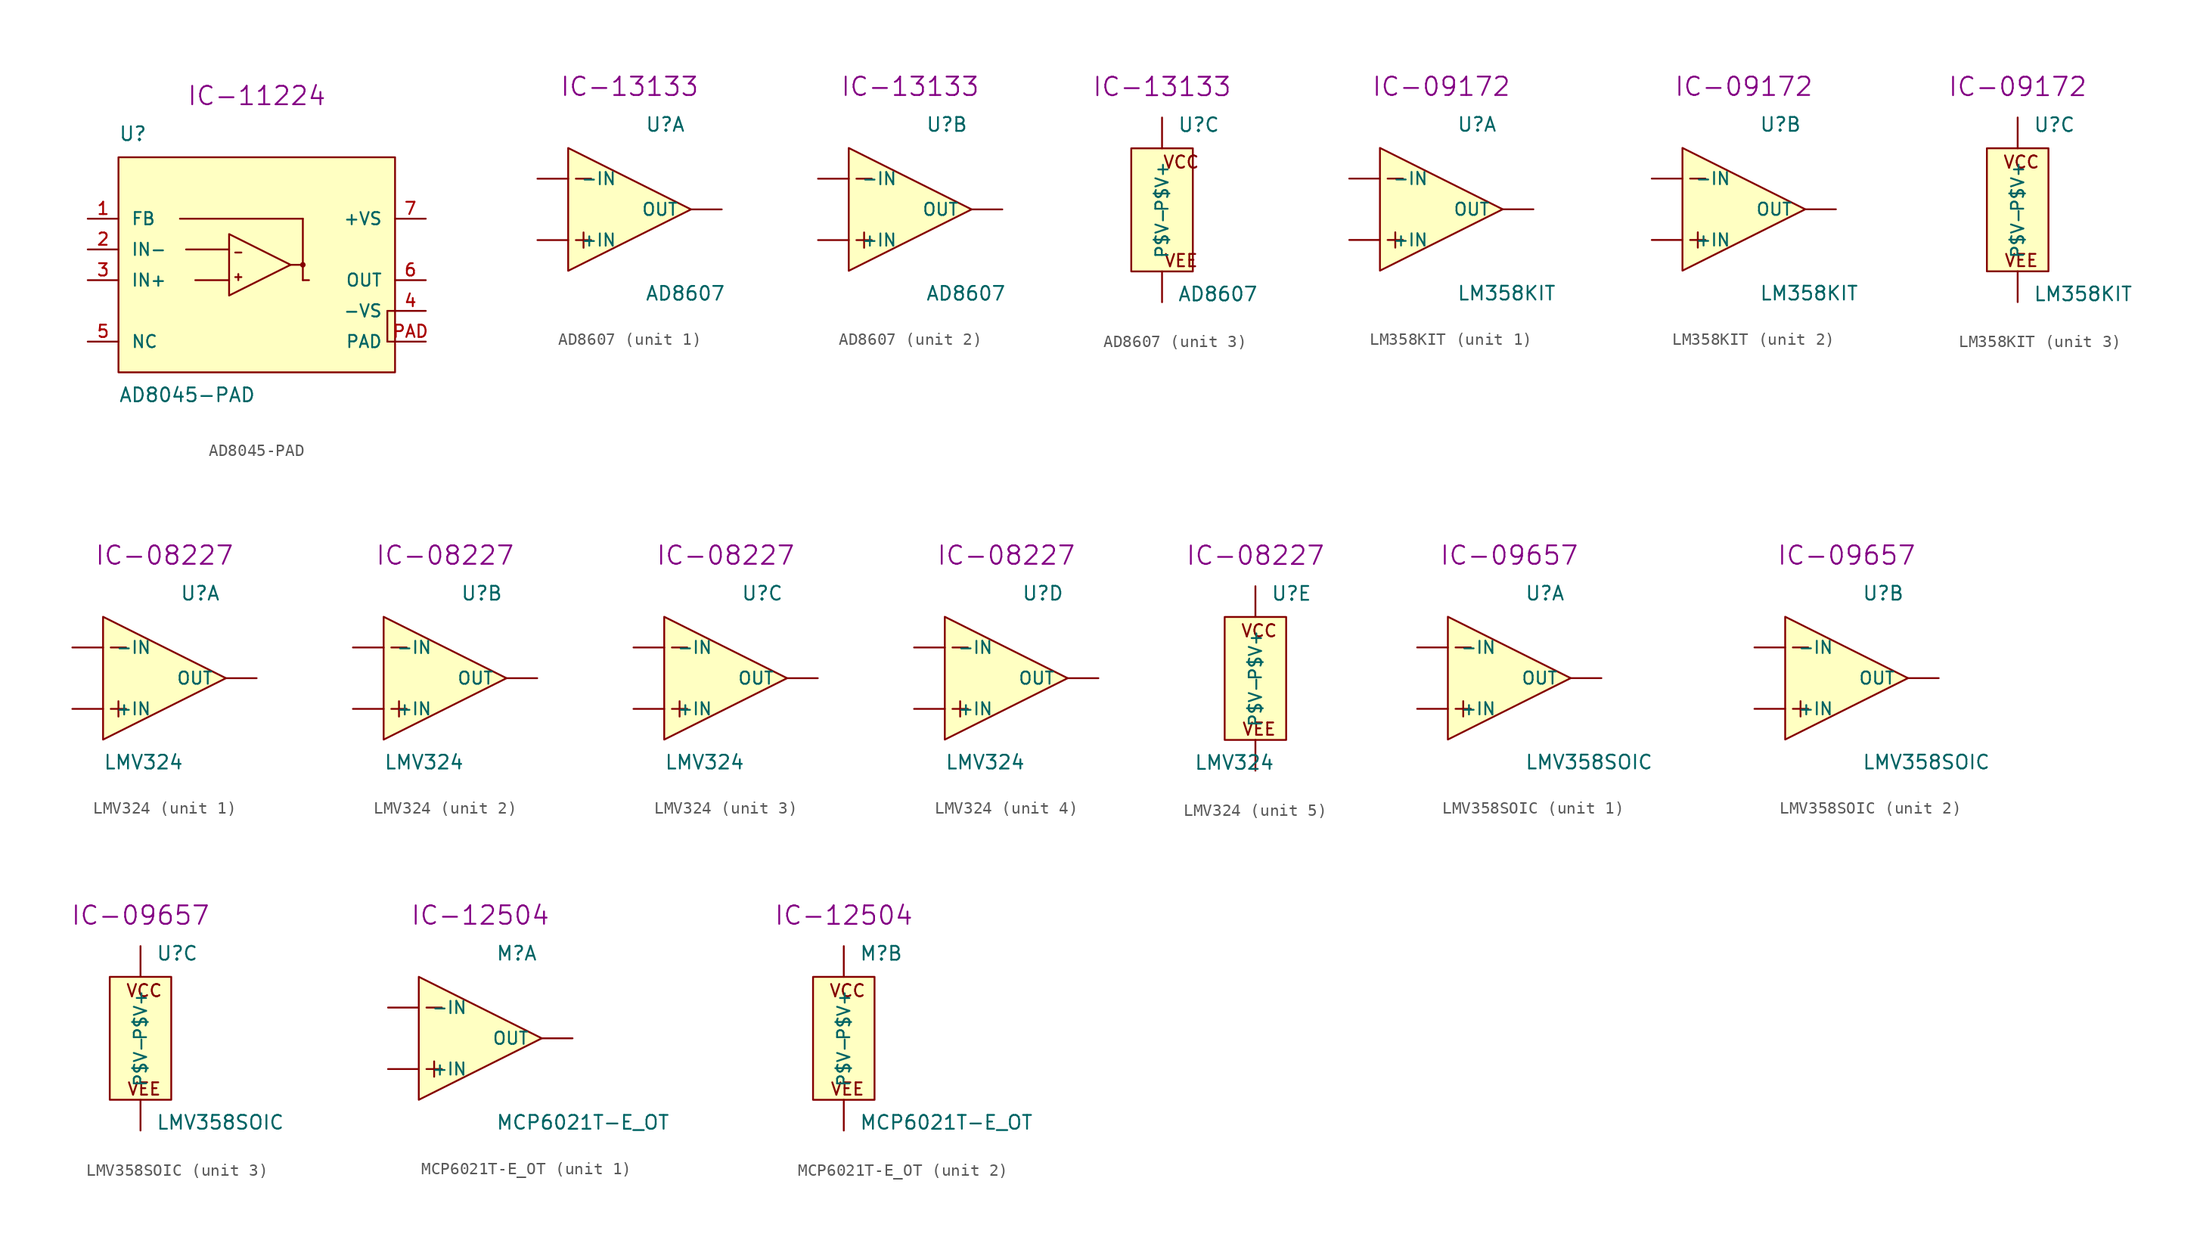
<source format=kicad_sym>
(kicad_symbol_lib
  (version 20201005)
  (generator kicad_symbol_editor)
  (symbol "AD8045-PAD"
    (pin_names
      (offset 1.016))
    (property "Reference" "U"
      (at -11.43 11.43 0)
      (effects (font (size 1.143 1.143)) (justify left bottom)))
    (property "Value" "AD8045-PAD"
      (at -11.43 -10.16 0)
      (effects (font (size 1.143 1.143)) (justify left bottom)))
    (property "Field4" "IC-11224"
      (at 0 15.24 0)
      (effects (font (size 1.524 1.524))))
    (property "ki_locked" ""
      (at 0 0 0)
      (effects (font (size 1.27 1.27))))
    (symbol "AD8045-PAD_1_0"
      (polyline (pts (xy -6.35 5.08) (xy 3.81 5.08)) (stroke (width 0)) (fill (type none)))
      (polyline (pts (xy -5.842 2.54) (xy -2.286 2.54)) (stroke (width 0)) (fill (type none)))
      (polyline (pts (xy -5.08 0) (xy -2.286 0)) (stroke (width 0)) (fill (type none)))
      (polyline (pts (xy -1.778 0.254) (xy -1.524 0.254)) (stroke (width 0)) (fill (type none)))
      (polyline (pts (xy -1.778 2.286) (xy -1.27 2.286)) (stroke (width 0)) (fill (type none)))
      (polyline (pts (xy -1.524 0.254) (xy -1.524 0)) (stroke (width 0)) (fill (type none)))
      (polyline (pts (xy -1.524 0.254) (xy -1.524 0.508)) (stroke (width 0)) (fill (type none)))
      (polyline (pts (xy -1.27 0.254) (xy -1.524 0.254)) (stroke (width 0)) (fill (type none)))
      (polyline (pts (xy 2.794 1.27) (xy 3.81 1.27)) (stroke (width 0)) (fill (type none)))
      (polyline (pts (xy 3.81 0) (xy 4.318 0)) (stroke (width 0)) (fill (type none)))
      (polyline (pts (xy 3.81 1.27) (xy 3.81 0)) (stroke (width 0)) (fill (type none)))
      (polyline (pts (xy 3.81 5.08) (xy 3.81 1.27)) (stroke (width 0)) (fill (type none)))
      (polyline (pts (xy 10.795 -5.08) (xy 11.43 -5.08)) (stroke (width 0)) (fill (type none)))
      (polyline (pts (xy 10.795 -2.54) (xy 10.795 -5.08)) (stroke (width 0)) (fill (type none)))
      (polyline (pts (xy 11.43 -2.54) (xy 10.795 -2.54)) (stroke (width 0)) (fill (type none))))
    (symbol "AD8045-PAD_1_1"
      (circle (center 3.81 1.27) (radius 0.152) (stroke (width 0)) (fill (type outline)))
      (polyline (pts (xy -2.286 3.81) (xy -2.286 2.54) (xy -2.286 0) (xy -2.286 -1.27) (xy 2.794 1.27) (xy -2.286 3.81)) (stroke (width 0)) (fill (type background)))
      (polyline (pts (xy -11.43 10.16) (xy -11.43 -7.62) (xy 11.43 -7.62) (xy 11.43 -5.08) (xy 11.43 -2.54) (xy 11.43 10.16) (xy -11.43 10.16)) (stroke (width 0)) (fill (type background)))
      (pin bidirectional line (at -13.97 5.08 0) (length 2.54) (name "FB" (effects (font (size 1.016 1.016)))) (number "1" (effects (font (size 1.016 1.016)))))
      (pin bidirectional line (at -13.97 2.54 0) (length 2.54) (name "IN-" (effects (font (size 1.016 1.016)))) (number "2" (effects (font (size 1.016 1.016)))))
      (pin bidirectional line (at -13.97 0 0) (length 2.54) (name "IN+" (effects (font (size 1.016 1.016)))) (number "3" (effects (font (size 1.016 1.016)))))
      (pin power_in line (at 13.97 -2.54 180) (length 2.54) (name "-VS" (effects (font (size 1.016 1.016)))) (number "4" (effects (font (size 1.016 1.016)))))
      (pin unspecified line (at -13.97 -5.08 0) (length 2.54) (name "NC" (effects (font (size 1.016 1.016)))) (number "5" (effects (font (size 1.016 1.016)))))
      (pin bidirectional line (at 13.97 0 180) (length 2.54) (name "OUT" (effects (font (size 1.016 1.016)))) (number "6" (effects (font (size 1.016 1.016)))))
      (pin power_in line (at 13.97 5.08 180) (length 2.54) (name "+VS" (effects (font (size 1.016 1.016)))) (number "7" (effects (font (size 1.016 1.016)))))
      (pin unspecified line (at -13.97 -5.08 0) (length 2.54) hide (name "NC" (effects (font (size 1.016 1.016)))) (number "8" (effects (font (size 1.016 1.016)))))
      (pin power_in line (at 13.97 -5.08 180) (length 2.54) (name "PAD" (effects (font (size 1.016 1.016)))) (number "PAD" (effects (font (size 1.016 1.016)))))))
  (symbol "AD8607"
    (pin_numbers hide)
    (pin_names
      (offset 1.016))
    (property "Reference" "U"
      (at 1.27 6.35 0)
      (effects (font (size 1.143 1.143)) (justify left bottom)))
    (property "Value" "AD8607"
      (at 1.27 -7.62 0)
      (effects (font (size 1.143 1.143)) (justify left bottom)))
    (property "Field4" "IC-13133"
      (at 0 10.16 0)
      (effects (font (size 1.524 1.524))))
    (property "ki_locked" ""
      (at 0 0 0)
      (effects (font (size 1.27 1.27))))
    (symbol "AD8607_1_0"
      (polyline (pts (xy -4.445 -2.54) (xy -3.175 -2.54)) (stroke (width 0)) (fill (type none)))
      (polyline (pts (xy -4.445 2.54) (xy -3.175 2.54)) (stroke (width 0)) (fill (type none)))
      (polyline (pts (xy -3.81 -1.905) (xy -3.81 -3.175)) (stroke (width 0)) (fill (type none))))
    (symbol "AD8607_1_1"
      (polyline (pts (xy 5.08 0) (xy -5.08 5.08) (xy -5.08 -5.08) (xy 5.08 0)) (stroke (width 0)) (fill (type background)))
      (pin output line (at 7.62 0 180) (length 2.54) (name "OUT" (effects (font (size 1.016 1.016)))) (number "1" (effects (font (size 1.016 1.016)))))
      (pin input line (at -7.62 2.54 0) (length 2.54) (name "-IN" (effects (font (size 1.016 1.016)))) (number "2" (effects (font (size 1.016 1.016)))))
      (pin input line (at -7.62 -2.54 0) (length 2.54) (name "+IN" (effects (font (size 1.016 1.016)))) (number "3" (effects (font (size 1.016 1.016))))))
    (symbol "AD8607_2_0"
      (polyline (pts (xy -4.445 -2.54) (xy -3.175 -2.54)) (stroke (width 0)) (fill (type none)))
      (polyline (pts (xy -4.445 2.54) (xy -3.175 2.54)) (stroke (width 0)) (fill (type none)))
      (polyline (pts (xy -3.81 -1.905) (xy -3.81 -3.175)) (stroke (width 0)) (fill (type none))))
    (symbol "AD8607_2_1"
      (polyline (pts (xy 5.08 0) (xy -5.08 5.08) (xy -5.08 -5.08) (xy 5.08 0)) (stroke (width 0)) (fill (type background)))
      (pin input line (at -7.62 -2.54 0) (length 2.54) (name "+IN" (effects (font (size 1.016 1.016)))) (number "5" (effects (font (size 1.016 1.016)))))
      (pin input line (at -7.62 2.54 0) (length 2.54) (name "-IN" (effects (font (size 1.016 1.016)))) (number "6" (effects (font (size 1.016 1.016)))))
      (pin output line (at 7.62 0 180) (length 2.54) (name "OUT" (effects (font (size 1.016 1.016)))) (number "7" (effects (font (size 1.016 1.016))))))
    (symbol "AD8607_3_0"
      (text "VCC" (at 1.575 3.937 0) (effects (font (size 1.016 1.016))))
      (text "VEE" (at 1.575 -4.191 0) (effects (font (size 1.016 1.016)))))
    (symbol "AD8607_3_1"
      (polyline (pts (xy -2.54 5.08) (xy 2.54 5.08) (xy 2.54 -5.08) (xy -2.54 -5.08) (xy -2.54 5.08)) (stroke (width 0)) (fill (type background)))
      (pin bidirectional line (at 0 -7.62 90) (length 2.54) (name "P$V-" (effects (font (size 1.016 1.016)))) (number "4" (effects (font (size 1.016 1.016)))))
      (pin bidirectional line (at 0 7.62 270) (length 2.54) (name "P$V+" (effects (font (size 1.016 1.016)))) (number "8" (effects (font (size 1.016 1.016)))))))
  (symbol "LM358KIT"
    (pin_numbers hide)
    (pin_names
      (offset 1.016))
    (property "Reference" "U"
      (at 1.27 6.35 0)
      (effects (font (size 1.143 1.143)) (justify left bottom)))
    (property "Value" "LM358KIT"
      (at 1.27 -7.62 0)
      (effects (font (size 1.143 1.143)) (justify left bottom)))
    (property "Field4" "IC-09172"
      (at 0 10.16 0)
      (effects (font (size 1.524 1.524))))
    (property "ki_locked" ""
      (at 0 0 0)
      (effects (font (size 1.27 1.27))))
    (symbol "LM358KIT_1_0"
      (polyline (pts (xy -4.445 -2.54) (xy -3.175 -2.54)) (stroke (width 0)) (fill (type none)))
      (polyline (pts (xy -4.445 2.54) (xy -3.175 2.54)) (stroke (width 0)) (fill (type none)))
      (polyline (pts (xy -3.81 -1.905) (xy -3.81 -3.175)) (stroke (width 0)) (fill (type none))))
    (symbol "LM358KIT_1_1"
      (polyline (pts (xy 5.08 0) (xy -5.08 5.08) (xy -5.08 -5.08) (xy 5.08 0)) (stroke (width 0)) (fill (type background)))
      (pin output line (at 7.62 0 180) (length 2.54) (name "OUT" (effects (font (size 1.016 1.016)))) (number "1" (effects (font (size 1.016 1.016)))))
      (pin input line (at -7.62 2.54 0) (length 2.54) (name "-IN" (effects (font (size 1.016 1.016)))) (number "2" (effects (font (size 1.016 1.016)))))
      (pin input line (at -7.62 -2.54 0) (length 2.54) (name "+IN" (effects (font (size 1.016 1.016)))) (number "3" (effects (font (size 1.016 1.016))))))
    (symbol "LM358KIT_2_0"
      (polyline (pts (xy -4.445 -2.54) (xy -3.175 -2.54)) (stroke (width 0)) (fill (type none)))
      (polyline (pts (xy -4.445 2.54) (xy -3.175 2.54)) (stroke (width 0)) (fill (type none)))
      (polyline (pts (xy -3.81 -1.905) (xy -3.81 -3.175)) (stroke (width 0)) (fill (type none))))
    (symbol "LM358KIT_2_1"
      (polyline (pts (xy 5.08 0) (xy -5.08 5.08) (xy -5.08 -5.08) (xy 5.08 0)) (stroke (width 0)) (fill (type background)))
      (pin input line (at -7.62 -2.54 0) (length 2.54) (name "+IN" (effects (font (size 1.016 1.016)))) (number "5" (effects (font (size 1.016 1.016)))))
      (pin input line (at -7.62 2.54 0) (length 2.54) (name "-IN" (effects (font (size 1.016 1.016)))) (number "6" (effects (font (size 1.016 1.016)))))
      (pin output line (at 7.62 0 180) (length 2.54) (name "OUT" (effects (font (size 1.016 1.016)))) (number "7" (effects (font (size 1.016 1.016))))))
    (symbol "LM358KIT_3_0"
      (text "VCC" (at 0.305 3.937 0) (effects (font (size 1.016 1.016))))
      (text "VEE" (at 0.305 -4.191 0) (effects (font (size 1.016 1.016)))))
    (symbol "LM358KIT_3_1"
      (polyline (pts (xy -2.54 5.08) (xy 2.54 5.08) (xy 2.54 -5.08) (xy -2.54 -5.08) (xy -2.54 5.08)) (stroke (width 0)) (fill (type background)))
      (pin bidirectional line (at 0 -7.62 90) (length 2.54) (name "P$V-" (effects (font (size 1.016 1.016)))) (number "4" (effects (font (size 1.016 1.016)))))
      (pin bidirectional line (at 0 7.62 270) (length 2.54) (name "P$V+" (effects (font (size 1.016 1.016)))) (number "8" (effects (font (size 1.016 1.016)))))))
  (symbol "LMV324"
    (pin_numbers hide)
    (pin_names
      (offset 1.016))
    (property "Reference" "U"
      (at 1.27 6.35 0)
      (effects (font (size 1.143 1.143)) (justify left bottom)))
    (property "Value" "LMV324"
      (at -5.08 -7.62 0)
      (effects (font (size 1.143 1.143)) (justify left bottom)))
    (property "Field4" "IC-08227"
      (at 0 10.16 0)
      (effects (font (size 1.524 1.524))))
    (property "ki_locked" ""
      (at 0 0 0)
      (effects (font (size 1.27 1.27))))
    (symbol "LMV324_1_0"
      (polyline (pts (xy -4.445 -2.54) (xy -3.175 -2.54)) (stroke (width 0)) (fill (type none)))
      (polyline (pts (xy -4.445 2.54) (xy -3.175 2.54)) (stroke (width 0)) (fill (type none)))
      (polyline (pts (xy -3.81 -1.905) (xy -3.81 -3.175)) (stroke (width 0)) (fill (type none))))
    (symbol "LMV324_1_1"
      (polyline (pts (xy 5.08 0) (xy -5.08 5.08) (xy -5.08 -5.08) (xy 5.08 0)) (stroke (width 0)) (fill (type background)))
      (pin output line (at 7.62 0 180) (length 2.54) (name "OUT" (effects (font (size 1.016 1.016)))) (number "1" (effects (font (size 1.016 1.016)))))
      (pin input line (at -7.62 2.54 0) (length 2.54) (name "-IN" (effects (font (size 1.016 1.016)))) (number "2" (effects (font (size 1.016 1.016)))))
      (pin input line (at -7.62 -2.54 0) (length 2.54) (name "+IN" (effects (font (size 1.016 1.016)))) (number "3" (effects (font (size 1.016 1.016))))))
    (symbol "LMV324_2_0"
      (polyline (pts (xy -4.445 -2.54) (xy -3.175 -2.54)) (stroke (width 0)) (fill (type none)))
      (polyline (pts (xy -4.445 2.54) (xy -3.175 2.54)) (stroke (width 0)) (fill (type none)))
      (polyline (pts (xy -3.81 -1.905) (xy -3.81 -3.175)) (stroke (width 0)) (fill (type none))))
    (symbol "LMV324_2_1"
      (polyline (pts (xy 5.08 0) (xy -5.08 5.08) (xy -5.08 -5.08) (xy 5.08 0)) (stroke (width 0)) (fill (type background)))
      (pin output line (at 7.62 0 180) (length 2.54) (name "OUT" (effects (font (size 1.016 1.016)))) (number "8" (effects (font (size 1.016 1.016)))))
      (pin input line (at -7.62 2.54 0) (length 2.54) (name "-IN" (effects (font (size 1.016 1.016)))) (number "9" (effects (font (size 1.016 1.016)))))
      (pin input line (at -7.62 -2.54 0) (length 2.54) (name "+IN" (effects (font (size 1.016 1.016)))) (number "10" (effects (font (size 1.016 1.016))))))
    (symbol "LMV324_3_0"
      (polyline (pts (xy -4.445 -2.54) (xy -3.175 -2.54)) (stroke (width 0)) (fill (type none)))
      (polyline (pts (xy -4.445 2.54) (xy -3.175 2.54)) (stroke (width 0)) (fill (type none)))
      (polyline (pts (xy -3.81 -1.905) (xy -3.81 -3.175)) (stroke (width 0)) (fill (type none))))
    (symbol "LMV324_3_1"
      (polyline (pts (xy 5.08 0) (xy -5.08 5.08) (xy -5.08 -5.08) (xy 5.08 0)) (stroke (width 0)) (fill (type background)))
      (pin input line (at -7.62 -2.54 0) (length 2.54) (name "+IN" (effects (font (size 1.016 1.016)))) (number "5" (effects (font (size 1.016 1.016)))))
      (pin input line (at -7.62 2.54 0) (length 2.54) (name "-IN" (effects (font (size 1.016 1.016)))) (number "6" (effects (font (size 1.016 1.016)))))
      (pin output line (at 7.62 0 180) (length 2.54) (name "OUT" (effects (font (size 1.016 1.016)))) (number "7" (effects (font (size 1.016 1.016))))))
    (symbol "LMV324_4_0"
      (polyline (pts (xy -4.445 -2.54) (xy -3.175 -2.54)) (stroke (width 0)) (fill (type none)))
      (polyline (pts (xy -4.445 2.54) (xy -3.175 2.54)) (stroke (width 0)) (fill (type none)))
      (polyline (pts (xy -3.81 -1.905) (xy -3.81 -3.175)) (stroke (width 0)) (fill (type none))))
    (symbol "LMV324_4_1"
      (polyline (pts (xy 5.08 0) (xy -5.08 5.08) (xy -5.08 -5.08) (xy 5.08 0)) (stroke (width 0)) (fill (type background)))
      (pin input line (at -7.62 -2.54 0) (length 2.54) (name "+IN" (effects (font (size 1.016 1.016)))) (number "12" (effects (font (size 1.016 1.016)))))
      (pin input line (at -7.62 2.54 0) (length 2.54) (name "-IN" (effects (font (size 1.016 1.016)))) (number "13" (effects (font (size 1.016 1.016)))))
      (pin output line (at 7.62 0 180) (length 2.54) (name "OUT" (effects (font (size 1.016 1.016)))) (number "14" (effects (font (size 1.016 1.016))))))
    (symbol "LMV324_5_0"
      (text "VCC" (at 0.305 3.937 0) (effects (font (size 1.016 1.016))))
      (text "VEE" (at 0.305 -4.191 0) (effects (font (size 1.016 1.016)))))
    (symbol "LMV324_5_1"
      (polyline (pts (xy -2.54 5.08) (xy 2.54 5.08) (xy 2.54 -5.08) (xy -2.54 -5.08) (xy -2.54 5.08)) (stroke (width 0)) (fill (type background)))
      (pin bidirectional line (at 0 7.62 270) (length 2.54) (name "P$V+" (effects (font (size 1.016 1.016)))) (number "4" (effects (font (size 1.016 1.016)))))
      (pin bidirectional line (at 0 -7.62 90) (length 2.54) (name "P$V-" (effects (font (size 1.016 1.016)))) (number "11" (effects (font (size 1.016 1.016)))))))
  (symbol "LMV358SOIC"
    (pin_numbers hide)
    (pin_names
      (offset 1.016))
    (property "Reference" "U"
      (at 1.27 6.35 0)
      (effects (font (size 1.143 1.143)) (justify left bottom)))
    (property "Value" "LMV358SOIC"
      (at 1.27 -7.62 0)
      (effects (font (size 1.143 1.143)) (justify left bottom)))
    (property "Field4" "IC-09657"
      (at 0 10.16 0)
      (effects (font (size 1.524 1.524))))
    (property "ki_locked" ""
      (at 0 0 0)
      (effects (font (size 1.27 1.27))))
    (symbol "LMV358SOIC_1_0"
      (polyline (pts (xy -4.445 -2.54) (xy -3.175 -2.54)) (stroke (width 0)) (fill (type none)))
      (polyline (pts (xy -4.445 2.54) (xy -3.175 2.54)) (stroke (width 0)) (fill (type none)))
      (polyline (pts (xy -3.81 -1.905) (xy -3.81 -3.175)) (stroke (width 0)) (fill (type none))))
    (symbol "LMV358SOIC_1_1"
      (polyline (pts (xy 5.08 0) (xy -5.08 5.08) (xy -5.08 -5.08) (xy 5.08 0)) (stroke (width 0)) (fill (type background)))
      (pin output line (at 7.62 0 180) (length 2.54) (name "OUT" (effects (font (size 1.016 1.016)))) (number "1" (effects (font (size 1.016 1.016)))))
      (pin input line (at -7.62 2.54 0) (length 2.54) (name "-IN" (effects (font (size 1.016 1.016)))) (number "2" (effects (font (size 1.016 1.016)))))
      (pin input line (at -7.62 -2.54 0) (length 2.54) (name "+IN" (effects (font (size 1.016 1.016)))) (number "3" (effects (font (size 1.016 1.016))))))
    (symbol "LMV358SOIC_2_0"
      (polyline (pts (xy -4.445 -2.54) (xy -3.175 -2.54)) (stroke (width 0)) (fill (type none)))
      (polyline (pts (xy -4.445 2.54) (xy -3.175 2.54)) (stroke (width 0)) (fill (type none)))
      (polyline (pts (xy -3.81 -1.905) (xy -3.81 -3.175)) (stroke (width 0)) (fill (type none))))
    (symbol "LMV358SOIC_2_1"
      (polyline (pts (xy 5.08 0) (xy -5.08 5.08) (xy -5.08 -5.08) (xy 5.08 0)) (stroke (width 0)) (fill (type background)))
      (pin input line (at -7.62 -2.54 0) (length 2.54) (name "+IN" (effects (font (size 1.016 1.016)))) (number "5" (effects (font (size 1.016 1.016)))))
      (pin input line (at -7.62 2.54 0) (length 2.54) (name "-IN" (effects (font (size 1.016 1.016)))) (number "6" (effects (font (size 1.016 1.016)))))
      (pin output line (at 7.62 0 180) (length 2.54) (name "OUT" (effects (font (size 1.016 1.016)))) (number "7" (effects (font (size 1.016 1.016))))))
    (symbol "LMV358SOIC_3_0"
      (text "VCC" (at 0.305 3.937 0) (effects (font (size 1.016 1.016))))
      (text "VEE" (at 0.305 -4.191 0) (effects (font (size 1.016 1.016)))))
    (symbol "LMV358SOIC_3_1"
      (polyline (pts (xy -2.54 5.08) (xy 2.54 5.08) (xy 2.54 -5.08) (xy -2.54 -5.08) (xy -2.54 5.08)) (stroke (width 0)) (fill (type background)))
      (pin bidirectional line (at 0 -7.62 90) (length 2.54) (name "P$V-" (effects (font (size 1.016 1.016)))) (number "4" (effects (font (size 1.016 1.016)))))
      (pin bidirectional line (at 0 7.62 270) (length 2.54) (name "P$V+" (effects (font (size 1.016 1.016)))) (number "8" (effects (font (size 1.016 1.016)))))))
  (symbol "MCP6021T-E_OT"
    (pin_numbers hide)
    (pin_names
      (offset 1.016))
    (property "Reference" "M"
      (at 1.27 6.35 0)
      (effects (font (size 1.143 1.143)) (justify left bottom)))
    (property "Value" "MCP6021T-E_OT"
      (at 1.27 -7.62 0)
      (effects (font (size 1.143 1.143)) (justify left bottom)))
    (property "Field4" "IC-12504"
      (at 0 10.16 0)
      (effects (font (size 1.524 1.524))))
    (property "ki_locked" ""
      (at 0 0 0)
      (effects (font (size 1.27 1.27))))
    (symbol "MCP6021T-E_OT_1_0"
      (polyline (pts (xy -4.445 -2.54) (xy -3.175 -2.54)) (stroke (width 0)) (fill (type none)))
      (polyline (pts (xy -4.445 2.54) (xy -3.175 2.54)) (stroke (width 0)) (fill (type none)))
      (polyline (pts (xy -3.81 -1.905) (xy -3.81 -3.175)) (stroke (width 0)) (fill (type none))))
    (symbol "MCP6021T-E_OT_1_1"
      (polyline (pts (xy 5.08 0) (xy -5.08 5.08) (xy -5.08 -5.08) (xy 5.08 0)) (stroke (width 0)) (fill (type background)))
      (pin output line (at 7.62 0 180) (length 2.54) (name "OUT" (effects (font (size 1.016 1.016)))) (number "1" (effects (font (size 1.016 1.016)))))
      (pin input line (at -7.62 -2.54 0) (length 2.54) (name "+IN" (effects (font (size 1.016 1.016)))) (number "3" (effects (font (size 1.016 1.016)))))
      (pin input line (at -7.62 2.54 0) (length 2.54) (name "-IN" (effects (font (size 1.016 1.016)))) (number "4" (effects (font (size 1.016 1.016))))))
    (symbol "MCP6021T-E_OT_2_0"
      (text "VCC" (at 0.305 3.937 0) (effects (font (size 1.016 1.016))))
      (text "VEE" (at 0.305 -4.191 0) (effects (font (size 1.016 1.016)))))
    (symbol "MCP6021T-E_OT_2_1"
      (polyline (pts (xy -2.54 5.08) (xy 2.54 5.08) (xy 2.54 -5.08) (xy -2.54 -5.08) (xy -2.54 5.08)) (stroke (width 0)) (fill (type background)))
      (pin bidirectional line (at 0 -7.62 90) (length 2.54) (name "P$V-" (effects (font (size 1.016 1.016)))) (number "2" (effects (font (size 1.016 1.016)))))
      (pin bidirectional line (at 0 7.62 270) (length 2.54) (name "P$V+" (effects (font (size 1.016 1.016)))) (number "5" (effects (font (size 1.016 1.016))))))))
</source>
